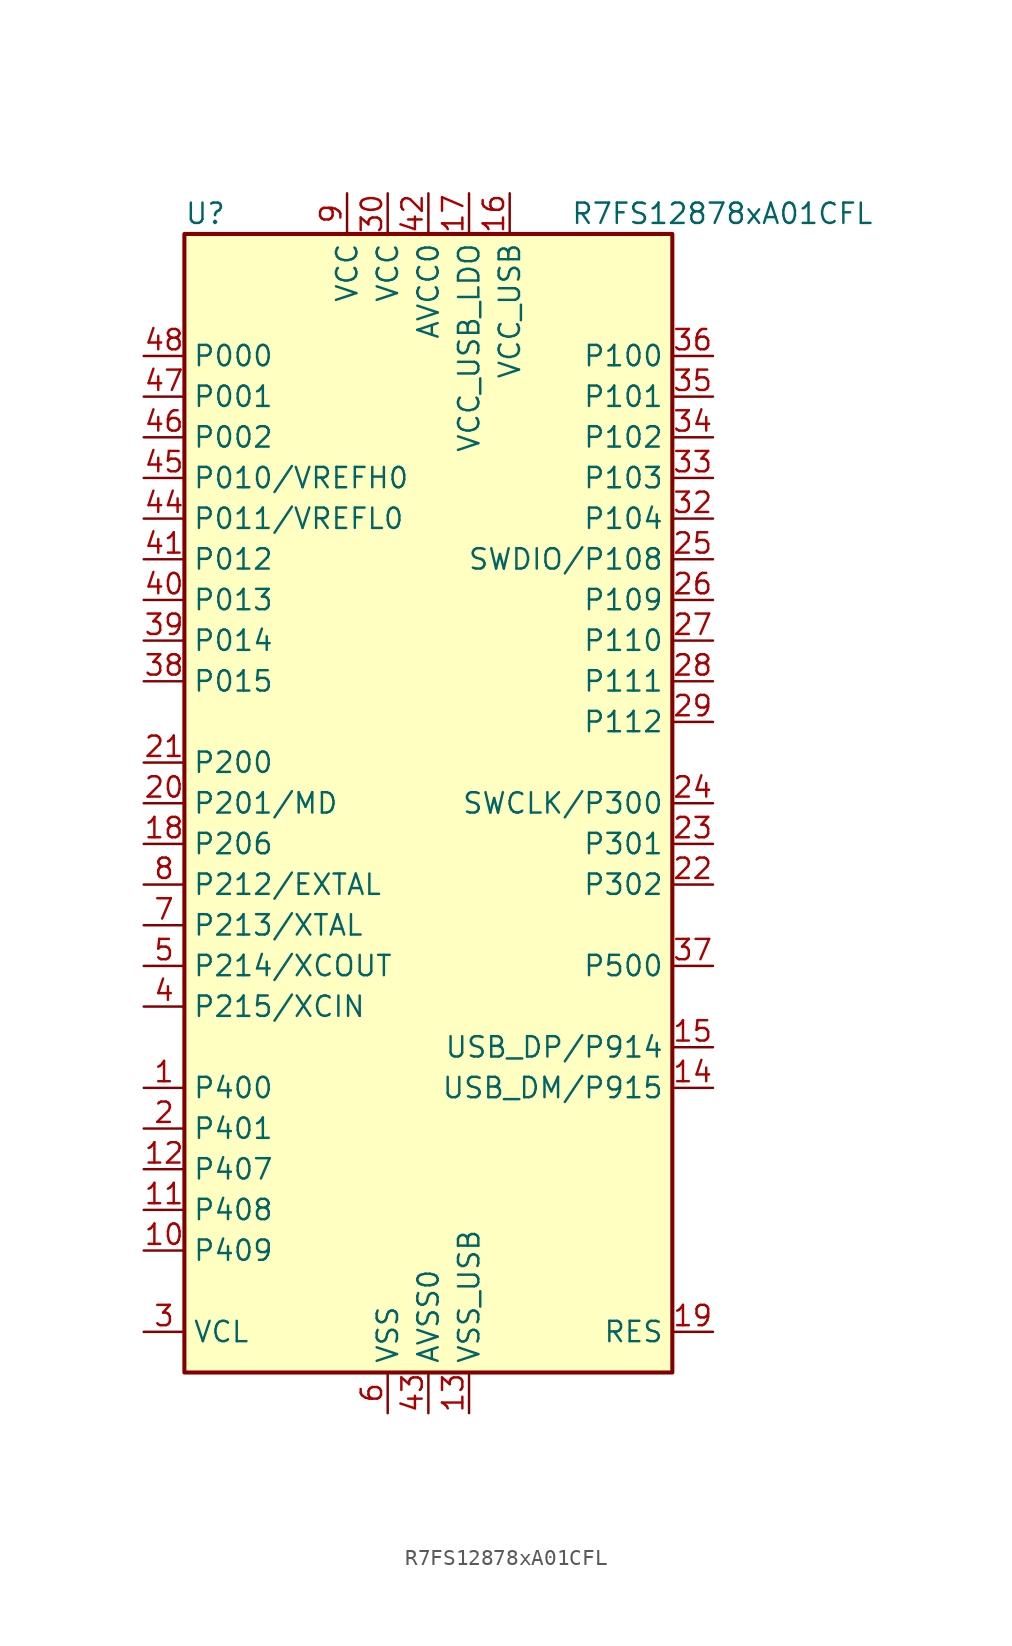
<source format=kicad_sym>
(kicad_symbol_lib
  (version 20220914)
  (generator kicad_symbol_editor)
  (symbol "R7FS12878xA01CFL"
    (property "Reference" "U"
      (at -15.24 36.83 0)
      (effects (font (size 1.27 1.27)) (justify left)))
    (property "Value" "R7FS12878xA01CFL"
      (at 8.89 36.83 0)
      (effects (font (size 1.27 1.27)) (justify left)))
    (symbol "R7FS12878xA01CFL_0_1"
      (rectangle (start -15.24 -35.56) (end 15.24 35.56) (stroke (width 0.254) (type default)) (fill (type background))))
    (symbol "R7FS12878xA01CFL_1_1"
      (pin bidirectional line (at -17.78 -17.78 0) (length 2.54) (name "P400" (effects (font (size 1.27 1.27)))) (number "1" (effects (font (size 1.27 1.27)))))
      (pin bidirectional line (at -17.78 -27.94 0) (length 2.54) (name "P409" (effects (font (size 1.27 1.27)))) (number "10" (effects (font (size 1.27 1.27)))))
      (pin bidirectional line (at -17.78 -25.4 0) (length 2.54) (name "P408" (effects (font (size 1.27 1.27)))) (number "11" (effects (font (size 1.27 1.27)))))
      (pin bidirectional line (at -17.78 -22.86 0) (length 2.54) (name "P407" (effects (font (size 1.27 1.27)))) (number "12" (effects (font (size 1.27 1.27)))))
      (pin power_in line (at 2.54 -38.1 90) (length 2.54) (name "VSS_USB" (effects (font (size 1.27 1.27)))) (number "13" (effects (font (size 1.27 1.27)))))
      (pin bidirectional line (at 17.78 -17.78 180) (length 2.54) (name "USB_DM/P915" (effects (font (size 1.27 1.27)))) (number "14" (effects (font (size 1.27 1.27)))))
      (pin bidirectional line (at 17.78 -15.24 180) (length 2.54) (name "USB_DP/P914" (effects (font (size 1.27 1.27)))) (number "15" (effects (font (size 1.27 1.27)))))
      (pin power_in line (at 5.08 38.1 270) (length 2.54) (name "VCC_USB" (effects (font (size 1.27 1.27)))) (number "16" (effects (font (size 1.27 1.27)))))
      (pin power_in line (at 2.54 38.1 270) (length 2.54) (name "VCC_USB_LDO" (effects (font (size 1.27 1.27)))) (number "17" (effects (font (size 1.27 1.27)))))
      (pin bidirectional line (at -17.78 -2.54 0) (length 2.54) (name "P206" (effects (font (size 1.27 1.27)))) (number "18" (effects (font (size 1.27 1.27)))))
      (pin input line (at 17.78 -33.02 180) (length 2.54) (name "RES" (effects (font (size 1.27 1.27)))) (number "19" (effects (font (size 1.27 1.27)))))
      (pin bidirectional line (at -17.78 -20.32 0) (length 2.54) (name "P401" (effects (font (size 1.27 1.27)))) (number "2" (effects (font (size 1.27 1.27)))))
      (pin bidirectional line (at -17.78 0 0) (length 2.54) (name "P201/MD" (effects (font (size 1.27 1.27)))) (number "20" (effects (font (size 1.27 1.27)))))
      (pin bidirectional line (at -17.78 2.54 0) (length 2.54) (name "P200" (effects (font (size 1.27 1.27)))) (number "21" (effects (font (size 1.27 1.27)))))
      (pin bidirectional line (at 17.78 -5.08 180) (length 2.54) (name "P302" (effects (font (size 1.27 1.27)))) (number "22" (effects (font (size 1.27 1.27)))))
      (pin bidirectional line (at 17.78 -2.54 180) (length 2.54) (name "P301" (effects (font (size 1.27 1.27)))) (number "23" (effects (font (size 1.27 1.27)))))
      (pin bidirectional line (at 17.78 0 180) (length 2.54) (name "SWCLK/P300" (effects (font (size 1.27 1.27)))) (number "24" (effects (font (size 1.27 1.27)))))
      (pin bidirectional line (at 17.78 15.24 180) (length 2.54) (name "SWDIO/P108" (effects (font (size 1.27 1.27)))) (number "25" (effects (font (size 1.27 1.27)))))
      (pin bidirectional line (at 17.78 12.7 180) (length 2.54) (name "P109" (effects (font (size 1.27 1.27)))) (number "26" (effects (font (size 1.27 1.27)))))
      (pin bidirectional line (at 17.78 10.16 180) (length 2.54) (name "P110" (effects (font (size 1.27 1.27)))) (number "27" (effects (font (size 1.27 1.27)))))
      (pin bidirectional line (at 17.78 7.62 180) (length 2.54) (name "P111" (effects (font (size 1.27 1.27)))) (number "28" (effects (font (size 1.27 1.27)))))
      (pin bidirectional line (at 17.78 5.08 180) (length 2.54) (name "P112" (effects (font (size 1.27 1.27)))) (number "29" (effects (font (size 1.27 1.27)))))
      (pin passive line (at -17.78 -33.02 0) (length 2.54) (name "VCL" (effects (font (size 1.27 1.27)))) (number "3" (effects (font (size 1.27 1.27)))))
      (pin power_in line (at -2.54 38.1 270) (length 2.54) (name "VCC" (effects (font (size 1.27 1.27)))) (number "30" (effects (font (size 1.27 1.27)))))
      (pin passive line (at -2.54 -38.1 90) (length 2.54) hide (name "VSS" (effects (font (size 1.27 1.27)))) (number "31" (effects (font (size 1.27 1.27)))))
      (pin bidirectional line (at 17.78 17.78 180) (length 2.54) (name "P104" (effects (font (size 1.27 1.27)))) (number "32" (effects (font (size 1.27 1.27)))))
      (pin bidirectional line (at 17.78 20.32 180) (length 2.54) (name "P103" (effects (font (size 1.27 1.27)))) (number "33" (effects (font (size 1.27 1.27)))))
      (pin bidirectional line (at 17.78 22.86 180) (length 2.54) (name "P102" (effects (font (size 1.27 1.27)))) (number "34" (effects (font (size 1.27 1.27)))))
      (pin bidirectional line (at 17.78 25.4 180) (length 2.54) (name "P101" (effects (font (size 1.27 1.27)))) (number "35" (effects (font (size 1.27 1.27)))))
      (pin bidirectional line (at 17.78 27.94 180) (length 2.54) (name "P100" (effects (font (size 1.27 1.27)))) (number "36" (effects (font (size 1.27 1.27)))))
      (pin bidirectional line (at 17.78 -10.16 180) (length 2.54) (name "P500" (effects (font (size 1.27 1.27)))) (number "37" (effects (font (size 1.27 1.27)))))
      (pin bidirectional line (at -17.78 7.62 0) (length 2.54) (name "P015" (effects (font (size 1.27 1.27)))) (number "38" (effects (font (size 1.27 1.27)))))
      (pin bidirectional line (at -17.78 10.16 0) (length 2.54) (name "P014" (effects (font (size 1.27 1.27)))) (number "39" (effects (font (size 1.27 1.27)))))
      (pin bidirectional line (at -17.78 -12.7 0) (length 2.54) (name "P215/XCIN" (effects (font (size 1.27 1.27)))) (number "4" (effects (font (size 1.27 1.27)))))
      (pin bidirectional line (at -17.78 12.7 0) (length 2.54) (name "P013" (effects (font (size 1.27 1.27)))) (number "40" (effects (font (size 1.27 1.27)))))
      (pin bidirectional line (at -17.78 15.24 0) (length 2.54) (name "P012" (effects (font (size 1.27 1.27)))) (number "41" (effects (font (size 1.27 1.27)))))
      (pin power_in line (at 0 38.1 270) (length 2.54) (name "AVCC0" (effects (font (size 1.27 1.27)))) (number "42" (effects (font (size 1.27 1.27)))))
      (pin power_in line (at 0 -38.1 90) (length 2.54) (name "AVSS0" (effects (font (size 1.27 1.27)))) (number "43" (effects (font (size 1.27 1.27)))))
      (pin bidirectional line (at -17.78 17.78 0) (length 2.54) (name "P011/VREFL0" (effects (font (size 1.27 1.27)))) (number "44" (effects (font (size 1.27 1.27)))))
      (pin bidirectional line (at -17.78 20.32 0) (length 2.54) (name "P010/VREFH0" (effects (font (size 1.27 1.27)))) (number "45" (effects (font (size 1.27 1.27)))))
      (pin bidirectional line (at -17.78 22.86 0) (length 2.54) (name "P002" (effects (font (size 1.27 1.27)))) (number "46" (effects (font (size 1.27 1.27)))))
      (pin bidirectional line (at -17.78 25.4 0) (length 2.54) (name "P001" (effects (font (size 1.27 1.27)))) (number "47" (effects (font (size 1.27 1.27)))))
      (pin bidirectional line (at -17.78 27.94 0) (length 2.54) (name "P000" (effects (font (size 1.27 1.27)))) (number "48" (effects (font (size 1.27 1.27)))))
      (pin bidirectional line (at -17.78 -10.16 0) (length 2.54) (name "P214/XCOUT" (effects (font (size 1.27 1.27)))) (number "5" (effects (font (size 1.27 1.27)))))
      (pin power_in line (at -2.54 -38.1 90) (length 2.54) (name "VSS" (effects (font (size 1.27 1.27)))) (number "6" (effects (font (size 1.27 1.27)))))
      (pin bidirectional line (at -17.78 -7.62 0) (length 2.54) (name "P213/XTAL" (effects (font (size 1.27 1.27)))) (number "7" (effects (font (size 1.27 1.27)))))
      (pin bidirectional line (at -17.78 -5.08 0) (length 2.54) (name "P212/EXTAL" (effects (font (size 1.27 1.27)))) (number "8" (effects (font (size 1.27 1.27)))))
      (pin power_in line (at -5.08 38.1 270) (length 2.54) (name "VCC" (effects (font (size 1.27 1.27)))) (number "9" (effects (font (size 1.27 1.27))))))))
</source>
